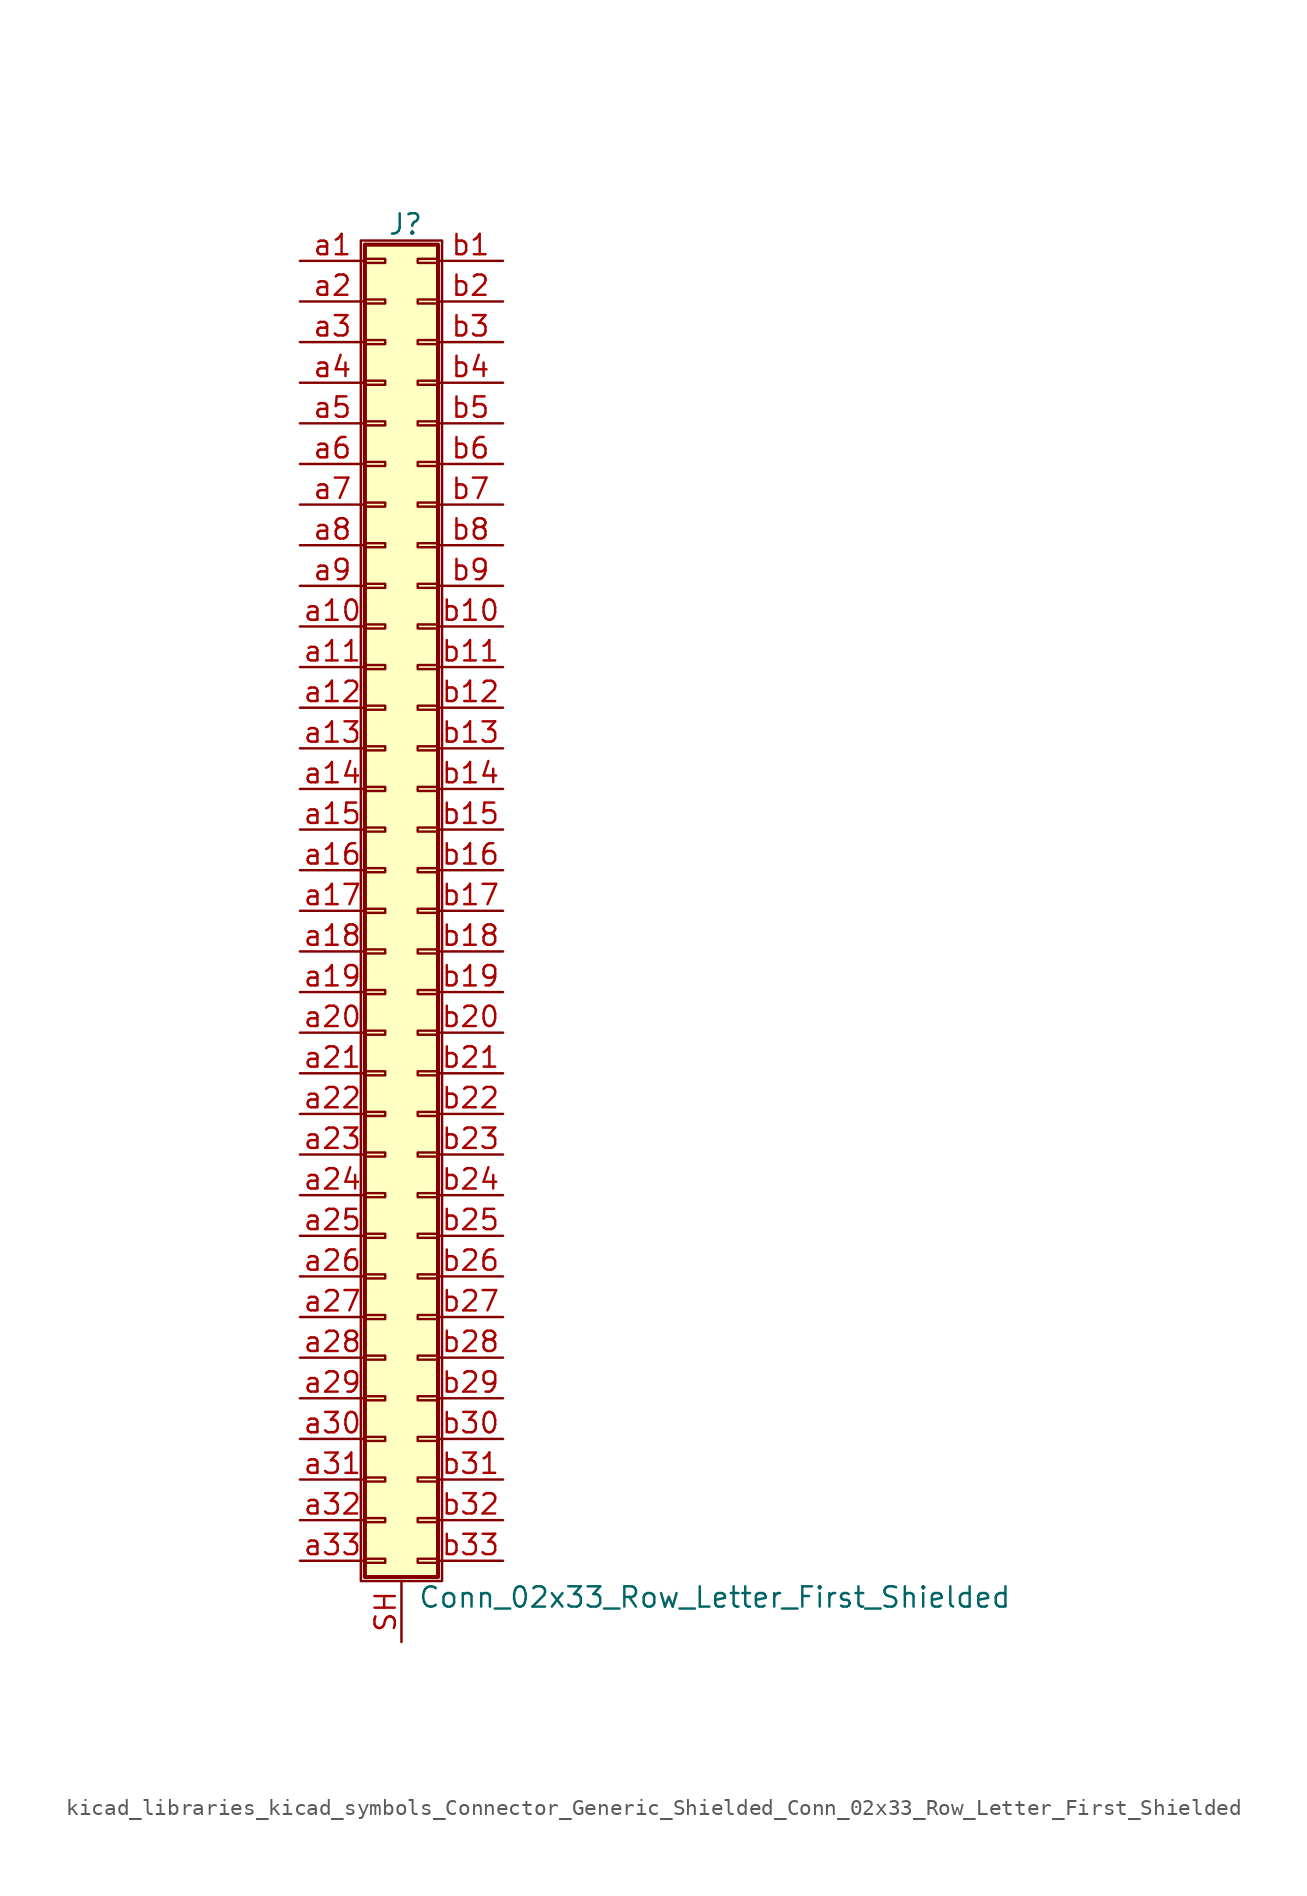
<source format=kicad_sym>
(kicad_symbol_lib
  (version 20220914)
  (generator kicad_symbol_editor)
  (symbol "kicad_libraries_kicad_symbols_Connector_Generic_Shielded_Conn_02x33_Row_Letter_First_Shielded"
    (pin_names
      (offset 1.016) hide)
    (property "Reference" "J"
      (at 1.524 42.926 0)
      (effects (font (size 1.27 1.27))))
    (property "Value" "Conn_02x33_Row_Letter_First_Shielded"
      (at 2.286 -42.926 0)
      (effects (font (size 1.27 1.27)) (justify left)))
    (symbol "kicad_libraries_kicad_symbols_Connector_Generic_Shielded_Conn_02x33_Row_Letter_First_Shielded_1_1"
      (rectangle (start -1.27 41.91) (end 3.81 -41.91) (stroke (width 0.152) (type default)) (fill (type none)))
      (rectangle (start -1.016 -40.513) (end 0.254 -40.767) (stroke (width 0.152) (type default)) (fill (type none)))
      (rectangle (start -1.016 -37.973) (end 0.254 -38.227) (stroke (width 0.152) (type default)) (fill (type none)))
      (rectangle (start -1.016 -35.433) (end 0.254 -35.687) (stroke (width 0.152) (type default)) (fill (type none)))
      (rectangle (start -1.016 -32.893) (end 0.254 -33.147) (stroke (width 0.152) (type default)) (fill (type none)))
      (rectangle (start -1.016 -30.353) (end 0.254 -30.607) (stroke (width 0.152) (type default)) (fill (type none)))
      (rectangle (start -1.016 -27.813) (end 0.254 -28.067) (stroke (width 0.152) (type default)) (fill (type none)))
      (rectangle (start -1.016 -25.273) (end 0.254 -25.527) (stroke (width 0.152) (type default)) (fill (type none)))
      (rectangle (start -1.016 -22.733) (end 0.254 -22.987) (stroke (width 0.152) (type default)) (fill (type none)))
      (rectangle (start -1.016 -20.193) (end 0.254 -20.447) (stroke (width 0.152) (type default)) (fill (type none)))
      (rectangle (start -1.016 -17.653) (end 0.254 -17.907) (stroke (width 0.152) (type default)) (fill (type none)))
      (rectangle (start -1.016 -15.113) (end 0.254 -15.367) (stroke (width 0.152) (type default)) (fill (type none)))
      (rectangle (start -1.016 -12.573) (end 0.254 -12.827) (stroke (width 0.152) (type default)) (fill (type none)))
      (rectangle (start -1.016 -10.033) (end 0.254 -10.287) (stroke (width 0.152) (type default)) (fill (type none)))
      (rectangle (start -1.016 -7.493) (end 0.254 -7.747) (stroke (width 0.152) (type default)) (fill (type none)))
      (rectangle (start -1.016 -4.953) (end 0.254 -5.207) (stroke (width 0.152) (type default)) (fill (type none)))
      (rectangle (start -1.016 -2.413) (end 0.254 -2.667) (stroke (width 0.152) (type default)) (fill (type none)))
      (rectangle (start -1.016 0.127) (end 0.254 -0.127) (stroke (width 0.152) (type default)) (fill (type none)))
      (rectangle (start -1.016 2.667) (end 0.254 2.413) (stroke (width 0.152) (type default)) (fill (type none)))
      (rectangle (start -1.016 5.207) (end 0.254 4.953) (stroke (width 0.152) (type default)) (fill (type none)))
      (rectangle (start -1.016 7.747) (end 0.254 7.493) (stroke (width 0.152) (type default)) (fill (type none)))
      (rectangle (start -1.016 10.287) (end 0.254 10.033) (stroke (width 0.152) (type default)) (fill (type none)))
      (rectangle (start -1.016 12.827) (end 0.254 12.573) (stroke (width 0.152) (type default)) (fill (type none)))
      (rectangle (start -1.016 15.367) (end 0.254 15.113) (stroke (width 0.152) (type default)) (fill (type none)))
      (rectangle (start -1.016 17.907) (end 0.254 17.653) (stroke (width 0.152) (type default)) (fill (type none)))
      (rectangle (start -1.016 20.447) (end 0.254 20.193) (stroke (width 0.152) (type default)) (fill (type none)))
      (rectangle (start -1.016 22.987) (end 0.254 22.733) (stroke (width 0.152) (type default)) (fill (type none)))
      (rectangle (start -1.016 25.527) (end 0.254 25.273) (stroke (width 0.152) (type default)) (fill (type none)))
      (rectangle (start -1.016 28.067) (end 0.254 27.813) (stroke (width 0.152) (type default)) (fill (type none)))
      (rectangle (start -1.016 30.607) (end 0.254 30.353) (stroke (width 0.152) (type default)) (fill (type none)))
      (rectangle (start -1.016 33.147) (end 0.254 32.893) (stroke (width 0.152) (type default)) (fill (type none)))
      (rectangle (start -1.016 35.687) (end 0.254 35.433) (stroke (width 0.152) (type default)) (fill (type none)))
      (rectangle (start -1.016 38.227) (end 0.254 37.973) (stroke (width 0.152) (type default)) (fill (type none)))
      (rectangle (start -1.016 40.767) (end 0.254 40.513) (stroke (width 0.152) (type default)) (fill (type none)))
      (rectangle (start -1.016 41.656) (end 3.556 -41.656) (stroke (width 0.254) (type default)) (fill (type background)))
      (rectangle (start 3.556 -40.513) (end 2.286 -40.767) (stroke (width 0.152) (type default)) (fill (type none)))
      (rectangle (start 3.556 -37.973) (end 2.286 -38.227) (stroke (width 0.152) (type default)) (fill (type none)))
      (rectangle (start 3.556 -35.433) (end 2.286 -35.687) (stroke (width 0.152) (type default)) (fill (type none)))
      (rectangle (start 3.556 -32.893) (end 2.286 -33.147) (stroke (width 0.152) (type default)) (fill (type none)))
      (rectangle (start 3.556 -30.353) (end 2.286 -30.607) (stroke (width 0.152) (type default)) (fill (type none)))
      (rectangle (start 3.556 -27.813) (end 2.286 -28.067) (stroke (width 0.152) (type default)) (fill (type none)))
      (rectangle (start 3.556 -25.273) (end 2.286 -25.527) (stroke (width 0.152) (type default)) (fill (type none)))
      (rectangle (start 3.556 -22.733) (end 2.286 -22.987) (stroke (width 0.152) (type default)) (fill (type none)))
      (rectangle (start 3.556 -20.193) (end 2.286 -20.447) (stroke (width 0.152) (type default)) (fill (type none)))
      (rectangle (start 3.556 -17.653) (end 2.286 -17.907) (stroke (width 0.152) (type default)) (fill (type none)))
      (rectangle (start 3.556 -15.113) (end 2.286 -15.367) (stroke (width 0.152) (type default)) (fill (type none)))
      (rectangle (start 3.556 -12.573) (end 2.286 -12.827) (stroke (width 0.152) (type default)) (fill (type none)))
      (rectangle (start 3.556 -10.033) (end 2.286 -10.287) (stroke (width 0.152) (type default)) (fill (type none)))
      (rectangle (start 3.556 -7.493) (end 2.286 -7.747) (stroke (width 0.152) (type default)) (fill (type none)))
      (rectangle (start 3.556 -4.953) (end 2.286 -5.207) (stroke (width 0.152) (type default)) (fill (type none)))
      (rectangle (start 3.556 -2.413) (end 2.286 -2.667) (stroke (width 0.152) (type default)) (fill (type none)))
      (rectangle (start 3.556 0.127) (end 2.286 -0.127) (stroke (width 0.152) (type default)) (fill (type none)))
      (rectangle (start 3.556 2.667) (end 2.286 2.413) (stroke (width 0.152) (type default)) (fill (type none)))
      (rectangle (start 3.556 5.207) (end 2.286 4.953) (stroke (width 0.152) (type default)) (fill (type none)))
      (rectangle (start 3.556 7.747) (end 2.286 7.493) (stroke (width 0.152) (type default)) (fill (type none)))
      (rectangle (start 3.556 10.287) (end 2.286 10.033) (stroke (width 0.152) (type default)) (fill (type none)))
      (rectangle (start 3.556 12.827) (end 2.286 12.573) (stroke (width 0.152) (type default)) (fill (type none)))
      (rectangle (start 3.556 15.367) (end 2.286 15.113) (stroke (width 0.152) (type default)) (fill (type none)))
      (rectangle (start 3.556 17.907) (end 2.286 17.653) (stroke (width 0.152) (type default)) (fill (type none)))
      (rectangle (start 3.556 20.447) (end 2.286 20.193) (stroke (width 0.152) (type default)) (fill (type none)))
      (rectangle (start 3.556 22.987) (end 2.286 22.733) (stroke (width 0.152) (type default)) (fill (type none)))
      (rectangle (start 3.556 25.527) (end 2.286 25.273) (stroke (width 0.152) (type default)) (fill (type none)))
      (rectangle (start 3.556 28.067) (end 2.286 27.813) (stroke (width 0.152) (type default)) (fill (type none)))
      (rectangle (start 3.556 30.607) (end 2.286 30.353) (stroke (width 0.152) (type default)) (fill (type none)))
      (rectangle (start 3.556 33.147) (end 2.286 32.893) (stroke (width 0.152) (type default)) (fill (type none)))
      (rectangle (start 3.556 35.687) (end 2.286 35.433) (stroke (width 0.152) (type default)) (fill (type none)))
      (rectangle (start 3.556 38.227) (end 2.286 37.973) (stroke (width 0.152) (type default)) (fill (type none)))
      (rectangle (start 3.556 40.767) (end 2.286 40.513) (stroke (width 0.152) (type default)) (fill (type none)))
      (pin passive line (at 1.27 -45.72 90) (length 3.81) (name "Shield" (effects (font (size 1.27 1.27)))) (number "SH" (effects (font (size 1.27 1.27)))))
      (pin passive line (at -5.08 40.64 0) (length 4.064) (name "Pin_a1" (effects (font (size 1.27 1.27)))) (number "a1" (effects (font (size 1.27 1.27)))))
      (pin passive line (at -5.08 17.78 0) (length 4.064) (name "Pin_a10" (effects (font (size 1.27 1.27)))) (number "a10" (effects (font (size 1.27 1.27)))))
      (pin passive line (at -5.08 15.24 0) (length 4.064) (name "Pin_a11" (effects (font (size 1.27 1.27)))) (number "a11" (effects (font (size 1.27 1.27)))))
      (pin passive line (at -5.08 12.7 0) (length 4.064) (name "Pin_a12" (effects (font (size 1.27 1.27)))) (number "a12" (effects (font (size 1.27 1.27)))))
      (pin passive line (at -5.08 10.16 0) (length 4.064) (name "Pin_a13" (effects (font (size 1.27 1.27)))) (number "a13" (effects (font (size 1.27 1.27)))))
      (pin passive line (at -5.08 7.62 0) (length 4.064) (name "Pin_a14" (effects (font (size 1.27 1.27)))) (number "a14" (effects (font (size 1.27 1.27)))))
      (pin passive line (at -5.08 5.08 0) (length 4.064) (name "Pin_a15" (effects (font (size 1.27 1.27)))) (number "a15" (effects (font (size 1.27 1.27)))))
      (pin passive line (at -5.08 2.54 0) (length 4.064) (name "Pin_a16" (effects (font (size 1.27 1.27)))) (number "a16" (effects (font (size 1.27 1.27)))))
      (pin passive line (at -5.08 0 0) (length 4.064) (name "Pin_a17" (effects (font (size 1.27 1.27)))) (number "a17" (effects (font (size 1.27 1.27)))))
      (pin passive line (at -5.08 -2.54 0) (length 4.064) (name "Pin_a18" (effects (font (size 1.27 1.27)))) (number "a18" (effects (font (size 1.27 1.27)))))
      (pin passive line (at -5.08 -5.08 0) (length 4.064) (name "Pin_a19" (effects (font (size 1.27 1.27)))) (number "a19" (effects (font (size 1.27 1.27)))))
      (pin passive line (at -5.08 38.1 0) (length 4.064) (name "Pin_a2" (effects (font (size 1.27 1.27)))) (number "a2" (effects (font (size 1.27 1.27)))))
      (pin passive line (at -5.08 -7.62 0) (length 4.064) (name "Pin_a20" (effects (font (size 1.27 1.27)))) (number "a20" (effects (font (size 1.27 1.27)))))
      (pin passive line (at -5.08 -10.16 0) (length 4.064) (name "Pin_a21" (effects (font (size 1.27 1.27)))) (number "a21" (effects (font (size 1.27 1.27)))))
      (pin passive line (at -5.08 -12.7 0) (length 4.064) (name "Pin_a22" (effects (font (size 1.27 1.27)))) (number "a22" (effects (font (size 1.27 1.27)))))
      (pin passive line (at -5.08 -15.24 0) (length 4.064) (name "Pin_a23" (effects (font (size 1.27 1.27)))) (number "a23" (effects (font (size 1.27 1.27)))))
      (pin passive line (at -5.08 -17.78 0) (length 4.064) (name "Pin_a24" (effects (font (size 1.27 1.27)))) (number "a24" (effects (font (size 1.27 1.27)))))
      (pin passive line (at -5.08 -20.32 0) (length 4.064) (name "Pin_a25" (effects (font (size 1.27 1.27)))) (number "a25" (effects (font (size 1.27 1.27)))))
      (pin passive line (at -5.08 -22.86 0) (length 4.064) (name "Pin_a26" (effects (font (size 1.27 1.27)))) (number "a26" (effects (font (size 1.27 1.27)))))
      (pin passive line (at -5.08 -25.4 0) (length 4.064) (name "Pin_a27" (effects (font (size 1.27 1.27)))) (number "a27" (effects (font (size 1.27 1.27)))))
      (pin passive line (at -5.08 -27.94 0) (length 4.064) (name "Pin_a28" (effects (font (size 1.27 1.27)))) (number "a28" (effects (font (size 1.27 1.27)))))
      (pin passive line (at -5.08 -30.48 0) (length 4.064) (name "Pin_a29" (effects (font (size 1.27 1.27)))) (number "a29" (effects (font (size 1.27 1.27)))))
      (pin passive line (at -5.08 35.56 0) (length 4.064) (name "Pin_a3" (effects (font (size 1.27 1.27)))) (number "a3" (effects (font (size 1.27 1.27)))))
      (pin passive line (at -5.08 -33.02 0) (length 4.064) (name "Pin_a30" (effects (font (size 1.27 1.27)))) (number "a30" (effects (font (size 1.27 1.27)))))
      (pin passive line (at -5.08 -35.56 0) (length 4.064) (name "Pin_a31" (effects (font (size 1.27 1.27)))) (number "a31" (effects (font (size 1.27 1.27)))))
      (pin passive line (at -5.08 -38.1 0) (length 4.064) (name "Pin_a32" (effects (font (size 1.27 1.27)))) (number "a32" (effects (font (size 1.27 1.27)))))
      (pin passive line (at -5.08 -40.64 0) (length 4.064) (name "Pin_a33" (effects (font (size 1.27 1.27)))) (number "a33" (effects (font (size 1.27 1.27)))))
      (pin passive line (at -5.08 33.02 0) (length 4.064) (name "Pin_a4" (effects (font (size 1.27 1.27)))) (number "a4" (effects (font (size 1.27 1.27)))))
      (pin passive line (at -5.08 30.48 0) (length 4.064) (name "Pin_a5" (effects (font (size 1.27 1.27)))) (number "a5" (effects (font (size 1.27 1.27)))))
      (pin passive line (at -5.08 27.94 0) (length 4.064) (name "Pin_a6" (effects (font (size 1.27 1.27)))) (number "a6" (effects (font (size 1.27 1.27)))))
      (pin passive line (at -5.08 25.4 0) (length 4.064) (name "Pin_a7" (effects (font (size 1.27 1.27)))) (number "a7" (effects (font (size 1.27 1.27)))))
      (pin passive line (at -5.08 22.86 0) (length 4.064) (name "Pin_a8" (effects (font (size 1.27 1.27)))) (number "a8" (effects (font (size 1.27 1.27)))))
      (pin passive line (at -5.08 20.32 0) (length 4.064) (name "Pin_a9" (effects (font (size 1.27 1.27)))) (number "a9" (effects (font (size 1.27 1.27)))))
      (pin passive line (at 7.62 40.64 180) (length 4.064) (name "Pin_b1" (effects (font (size 1.27 1.27)))) (number "b1" (effects (font (size 1.27 1.27)))))
      (pin passive line (at 7.62 17.78 180) (length 4.064) (name "Pin_b10" (effects (font (size 1.27 1.27)))) (number "b10" (effects (font (size 1.27 1.27)))))
      (pin passive line (at 7.62 15.24 180) (length 4.064) (name "Pin_b11" (effects (font (size 1.27 1.27)))) (number "b11" (effects (font (size 1.27 1.27)))))
      (pin passive line (at 7.62 12.7 180) (length 4.064) (name "Pin_b12" (effects (font (size 1.27 1.27)))) (number "b12" (effects (font (size 1.27 1.27)))))
      (pin passive line (at 7.62 10.16 180) (length 4.064) (name "Pin_b13" (effects (font (size 1.27 1.27)))) (number "b13" (effects (font (size 1.27 1.27)))))
      (pin passive line (at 7.62 7.62 180) (length 4.064) (name "Pin_b14" (effects (font (size 1.27 1.27)))) (number "b14" (effects (font (size 1.27 1.27)))))
      (pin passive line (at 7.62 5.08 180) (length 4.064) (name "Pin_b15" (effects (font (size 1.27 1.27)))) (number "b15" (effects (font (size 1.27 1.27)))))
      (pin passive line (at 7.62 2.54 180) (length 4.064) (name "Pin_b16" (effects (font (size 1.27 1.27)))) (number "b16" (effects (font (size 1.27 1.27)))))
      (pin passive line (at 7.62 0 180) (length 4.064) (name "Pin_b17" (effects (font (size 1.27 1.27)))) (number "b17" (effects (font (size 1.27 1.27)))))
      (pin passive line (at 7.62 -2.54 180) (length 4.064) (name "Pin_b18" (effects (font (size 1.27 1.27)))) (number "b18" (effects (font (size 1.27 1.27)))))
      (pin passive line (at 7.62 -5.08 180) (length 4.064) (name "Pin_b19" (effects (font (size 1.27 1.27)))) (number "b19" (effects (font (size 1.27 1.27)))))
      (pin passive line (at 7.62 38.1 180) (length 4.064) (name "Pin_b2" (effects (font (size 1.27 1.27)))) (number "b2" (effects (font (size 1.27 1.27)))))
      (pin passive line (at 7.62 -7.62 180) (length 4.064) (name "Pin_b20" (effects (font (size 1.27 1.27)))) (number "b20" (effects (font (size 1.27 1.27)))))
      (pin passive line (at 7.62 -10.16 180) (length 4.064) (name "Pin_b21" (effects (font (size 1.27 1.27)))) (number "b21" (effects (font (size 1.27 1.27)))))
      (pin passive line (at 7.62 -12.7 180) (length 4.064) (name "Pin_b22" (effects (font (size 1.27 1.27)))) (number "b22" (effects (font (size 1.27 1.27)))))
      (pin passive line (at 7.62 -15.24 180) (length 4.064) (name "Pin_b23" (effects (font (size 1.27 1.27)))) (number "b23" (effects (font (size 1.27 1.27)))))
      (pin passive line (at 7.62 -17.78 180) (length 4.064) (name "Pin_b24" (effects (font (size 1.27 1.27)))) (number "b24" (effects (font (size 1.27 1.27)))))
      (pin passive line (at 7.62 -20.32 180) (length 4.064) (name "Pin_b25" (effects (font (size 1.27 1.27)))) (number "b25" (effects (font (size 1.27 1.27)))))
      (pin passive line (at 7.62 -22.86 180) (length 4.064) (name "Pin_b26" (effects (font (size 1.27 1.27)))) (number "b26" (effects (font (size 1.27 1.27)))))
      (pin passive line (at 7.62 -25.4 180) (length 4.064) (name "Pin_b27" (effects (font (size 1.27 1.27)))) (number "b27" (effects (font (size 1.27 1.27)))))
      (pin passive line (at 7.62 -27.94 180) (length 4.064) (name "Pin_b28" (effects (font (size 1.27 1.27)))) (number "b28" (effects (font (size 1.27 1.27)))))
      (pin passive line (at 7.62 -30.48 180) (length 4.064) (name "Pin_b29" (effects (font (size 1.27 1.27)))) (number "b29" (effects (font (size 1.27 1.27)))))
      (pin passive line (at 7.62 35.56 180) (length 4.064) (name "Pin_b3" (effects (font (size 1.27 1.27)))) (number "b3" (effects (font (size 1.27 1.27)))))
      (pin passive line (at 7.62 -33.02 180) (length 4.064) (name "Pin_b30" (effects (font (size 1.27 1.27)))) (number "b30" (effects (font (size 1.27 1.27)))))
      (pin passive line (at 7.62 -35.56 180) (length 4.064) (name "Pin_b31" (effects (font (size 1.27 1.27)))) (number "b31" (effects (font (size 1.27 1.27)))))
      (pin passive line (at 7.62 -38.1 180) (length 4.064) (name "Pin_b32" (effects (font (size 1.27 1.27)))) (number "b32" (effects (font (size 1.27 1.27)))))
      (pin passive line (at 7.62 -40.64 180) (length 4.064) (name "Pin_b33" (effects (font (size 1.27 1.27)))) (number "b33" (effects (font (size 1.27 1.27)))))
      (pin passive line (at 7.62 33.02 180) (length 4.064) (name "Pin_b4" (effects (font (size 1.27 1.27)))) (number "b4" (effects (font (size 1.27 1.27)))))
      (pin passive line (at 7.62 30.48 180) (length 4.064) (name "Pin_b5" (effects (font (size 1.27 1.27)))) (number "b5" (effects (font (size 1.27 1.27)))))
      (pin passive line (at 7.62 27.94 180) (length 4.064) (name "Pin_b6" (effects (font (size 1.27 1.27)))) (number "b6" (effects (font (size 1.27 1.27)))))
      (pin passive line (at 7.62 25.4 180) (length 4.064) (name "Pin_b7" (effects (font (size 1.27 1.27)))) (number "b7" (effects (font (size 1.27 1.27)))))
      (pin passive line (at 7.62 22.86 180) (length 4.064) (name "Pin_b8" (effects (font (size 1.27 1.27)))) (number "b8" (effects (font (size 1.27 1.27)))))
      (pin passive line (at 7.62 20.32 180) (length 4.064) (name "Pin_b9" (effects (font (size 1.27 1.27)))) (number "b9" (effects (font (size 1.27 1.27))))))))
</source>
